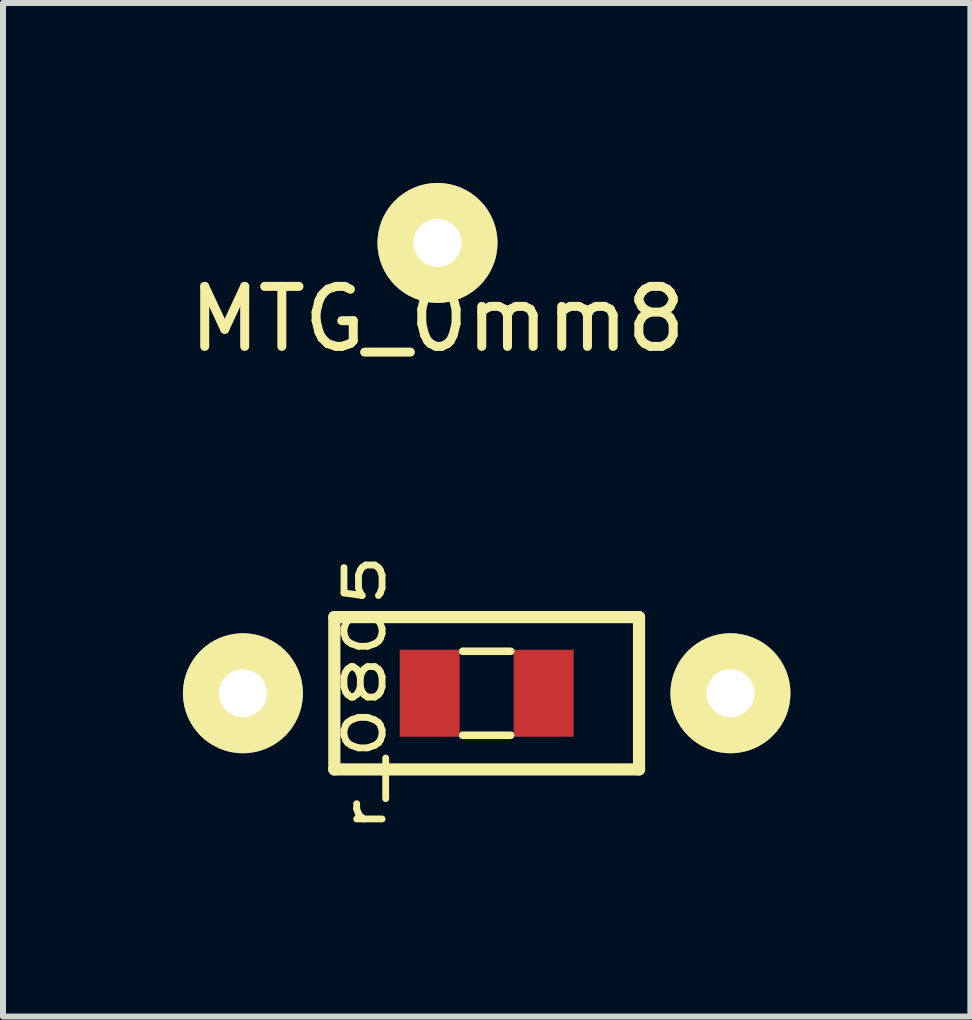
<source format=kicad_pcb>
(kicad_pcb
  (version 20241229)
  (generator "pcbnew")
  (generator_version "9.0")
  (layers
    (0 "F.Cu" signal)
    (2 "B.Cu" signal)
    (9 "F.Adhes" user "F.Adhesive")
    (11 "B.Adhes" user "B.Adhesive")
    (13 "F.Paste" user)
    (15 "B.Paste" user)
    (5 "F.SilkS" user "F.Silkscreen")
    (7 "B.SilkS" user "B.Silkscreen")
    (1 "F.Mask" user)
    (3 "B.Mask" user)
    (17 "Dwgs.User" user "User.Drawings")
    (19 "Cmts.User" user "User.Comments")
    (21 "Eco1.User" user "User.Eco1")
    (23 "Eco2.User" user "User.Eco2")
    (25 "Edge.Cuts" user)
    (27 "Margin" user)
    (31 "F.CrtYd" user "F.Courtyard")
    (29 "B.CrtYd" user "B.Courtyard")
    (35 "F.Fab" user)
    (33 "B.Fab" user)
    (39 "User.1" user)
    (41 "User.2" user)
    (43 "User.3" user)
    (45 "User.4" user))
  (footprint "r_0805"
    (layer "F.Cu")
    (at 5.064 8.508)
    (property "Reference" "r_0805" (at -2.032 0 90) (layer "F.SilkS") (effects (font (size 0.635 0.889) (thickness 0.114))))
    (attr smd)
    (fp_line (start -2.54 -1.27) (end -2.54 1.27) (stroke (width 0.203) (type solid)) (layer "F.SilkS"))
    (fp_line (start -2.54 1.27) (end 2.54 1.27) (stroke (width 0.203) (type solid)) (layer "F.SilkS"))
    (fp_line (start -0.4 -0.7) (end 0.4 -0.7) (stroke (width 0.127) (type solid)) (layer "F.SilkS"))
    (fp_line (start 0.4 0.7) (end -0.4 0.7) (stroke (width 0.127) (type solid)) (layer "F.SilkS"))
    (fp_line (start 2.54 -1.27) (end -2.54 -1.27) (stroke (width 0.203) (type solid)) (layer "F.SilkS"))
    (fp_line (start 2.54 1.27) (end 2.54 -1.27) (stroke (width 0.203) (type solid)) (layer "F.SilkS"))
    (pad "1" thru_hole circle (at -4.064 0) (size 2 2) (drill 0.8) (layers "*.Cu" "*.Mask" "F.SilkS"))
    (pad "1" smd rect (at -0.95 0) (size 1 1.45) (layers "F.Cu" "F.Mask" "F.Paste"))
    (pad "2" smd rect (at 0.95 0) (size 1 1.45) (layers "F.Cu" "F.Mask" "F.Paste"))
    (pad "2" thru_hole circle (at 4.064 0) (size 2 2) (drill 0.8) (layers "*.Cu" "*.Mask" "F.SilkS")))
  (footprint "MTG_0mm8"
    (layer "F.Cu")
    (at 4.244 1)
    (property "Reference" "MTG_0mm8" (at 0 1.27 0) (layer "F.SilkS") (effects (font (size 1 1) (thickness 0.15))))
    (attr through_hole)
    (pad "1" thru_hole circle (at 0 0) (size 2 2) (drill 0.8) (layers "*.Cu" "*.Mask" "F.SilkS")))
  (gr_rect
    (start -3 -3)
    (end 13.128 13.898)
    (stroke (width 0.1) (type default))
    (fill no)
    (layer "Edge.Cuts")))
</source>
